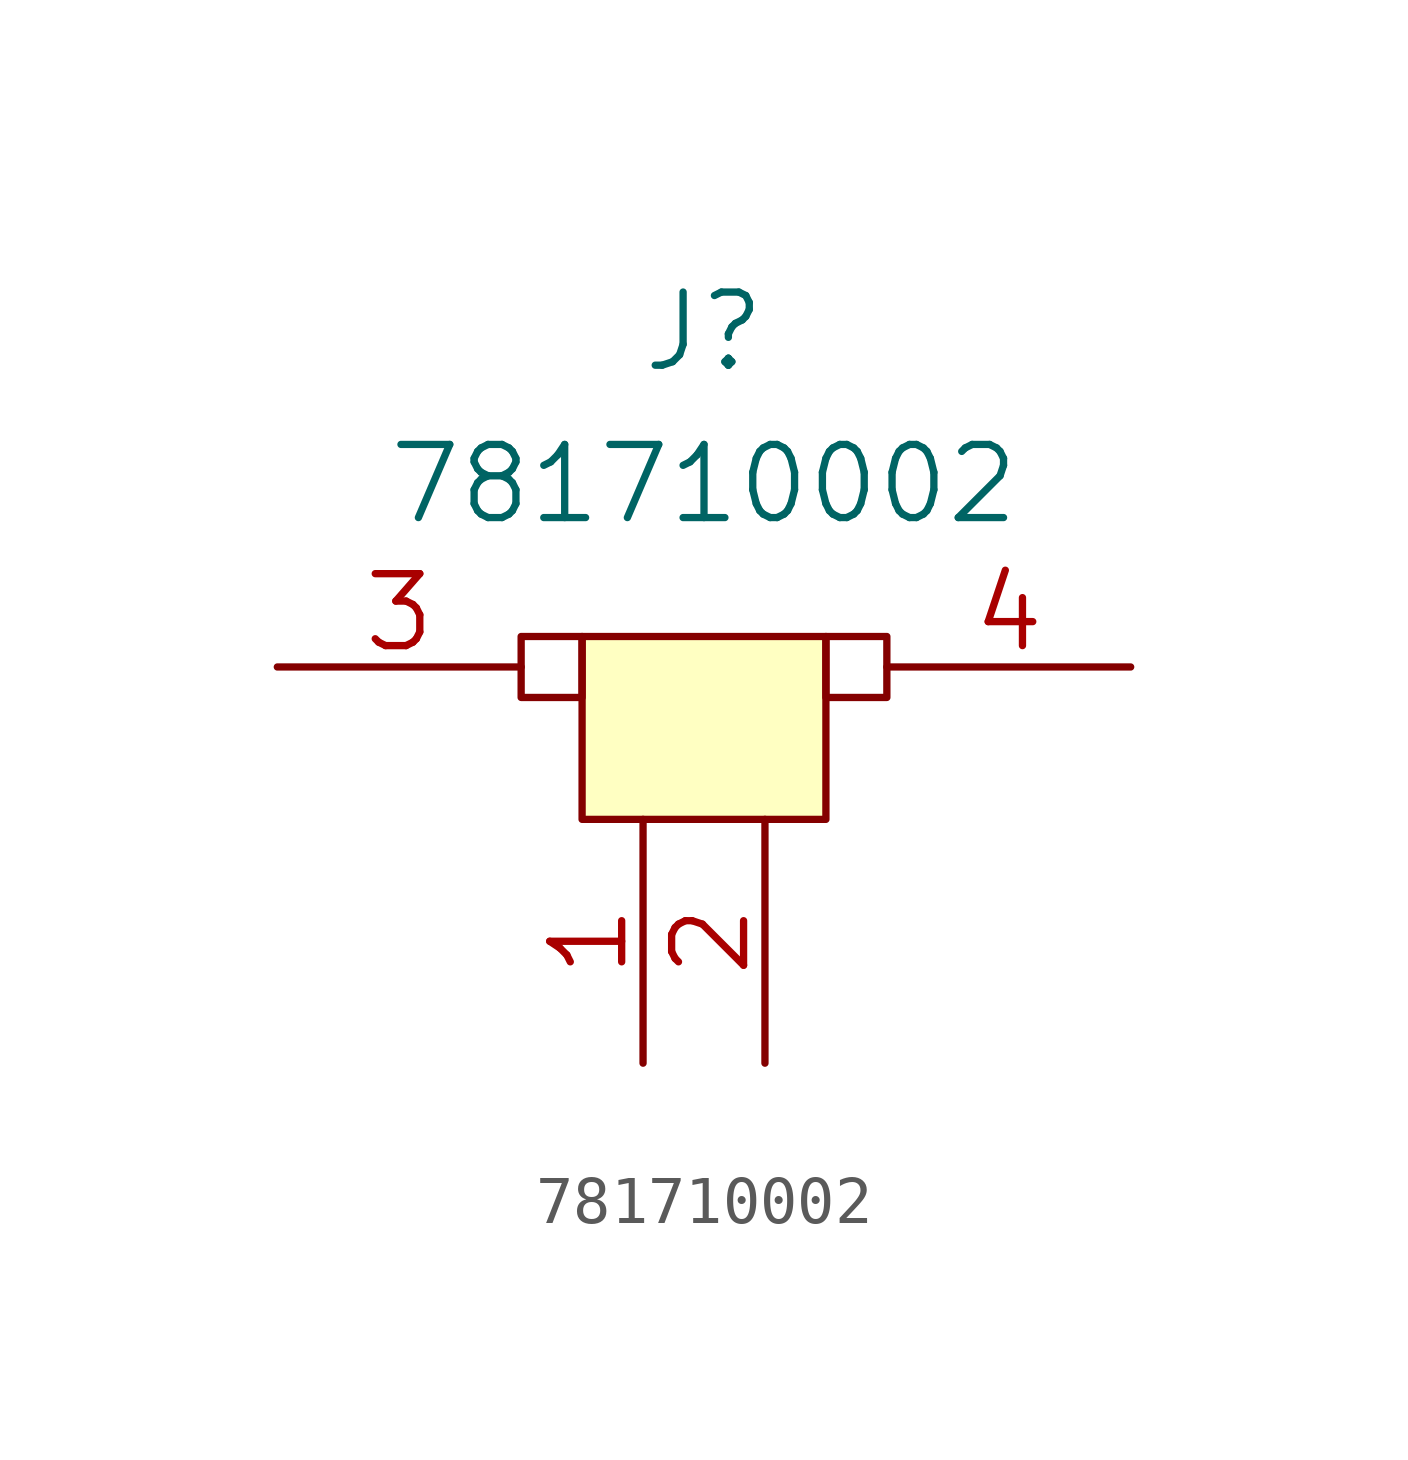
<source format=kicad_sym>
(kicad_symbol_lib
  (version 20211014)
  (generator kicad_symbol_editor)
  (symbol "781710002"
    (pin_names
      (offset 0.254) hide)
    (property "Reference" "J"
      (at 0 8.255 0)
      (effects (font (size 1.524 1.524))))
    (property "Value" "781710002"
      (at 0 5.08 0)
      (effects (font (size 1.524 1.524))))
    (property "Datasheet" ""
      (at -1.27 -5.715 90)
      (effects (font (size 1.524 1.524))))
    (property "ki_locked" ""
      (at 0 0 0)
      (effects (font (size 1.27 1.27))))
    (symbol "781710002_1_1"
      (rectangle (start -3.81 0.635) (end -2.54 1.905) (stroke (width 0) (type default) (color 0 0 0 0)) (fill (type none)))
      (rectangle (start -2.54 -1.905) (end 2.54 1.905) (stroke (width 0) (type default) (color 0 0 0 0)) (fill (type background)))
      (rectangle (start 2.54 0.635) (end 3.81 1.905) (stroke (width 0) (type default) (color 0 0 0 0)) (fill (type none)))
      (pin unspecified line (at -1.27 -6.985 90) (length 5.08) (name "1" (effects (font (size 1.499 1.499)))) (number "1" (effects (font (size 1.499 1.499)))))
      (pin unspecified line (at 1.27 -6.985 90) (length 5.08) (name "2" (effects (font (size 1.499 1.499)))) (number "2" (effects (font (size 1.499 1.499)))))
      (pin free line (at -8.89 1.27 0) (length 5.08) (name "3" (effects (font (size 1.499 1.499)))) (number "3" (effects (font (size 1.499 1.499)))))
      (pin free line (at 8.89 1.27 180) (length 5.08) (name "4" (effects (font (size 1.499 1.499)))) (number "4" (effects (font (size 1.499 1.499))))))))
</source>
